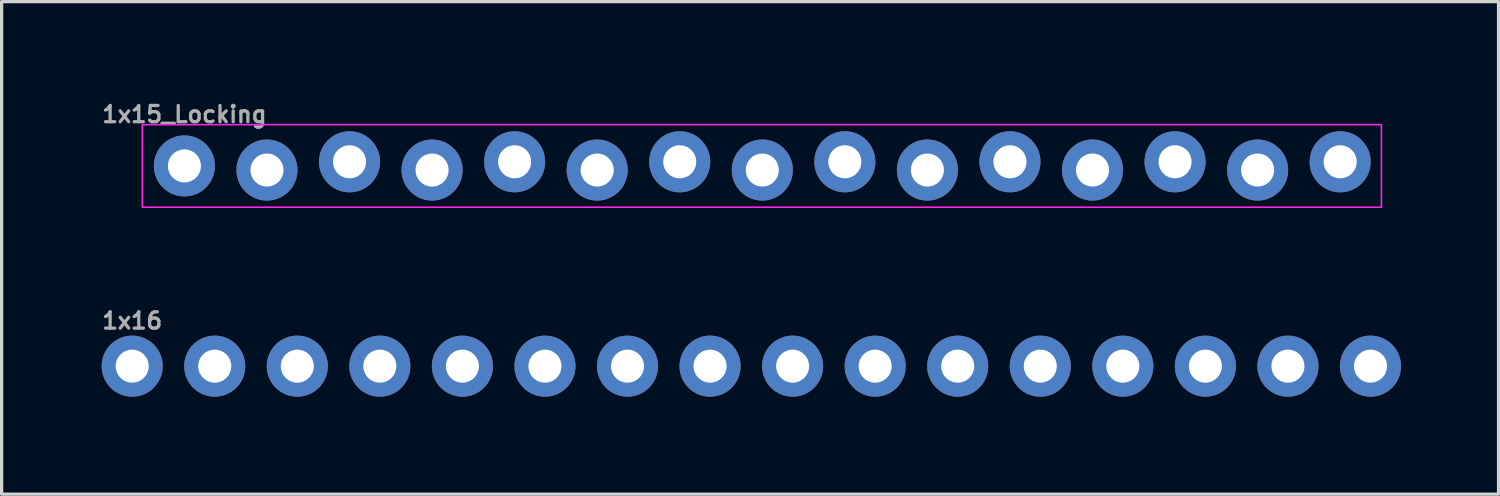
<source format=kicad_pcb>
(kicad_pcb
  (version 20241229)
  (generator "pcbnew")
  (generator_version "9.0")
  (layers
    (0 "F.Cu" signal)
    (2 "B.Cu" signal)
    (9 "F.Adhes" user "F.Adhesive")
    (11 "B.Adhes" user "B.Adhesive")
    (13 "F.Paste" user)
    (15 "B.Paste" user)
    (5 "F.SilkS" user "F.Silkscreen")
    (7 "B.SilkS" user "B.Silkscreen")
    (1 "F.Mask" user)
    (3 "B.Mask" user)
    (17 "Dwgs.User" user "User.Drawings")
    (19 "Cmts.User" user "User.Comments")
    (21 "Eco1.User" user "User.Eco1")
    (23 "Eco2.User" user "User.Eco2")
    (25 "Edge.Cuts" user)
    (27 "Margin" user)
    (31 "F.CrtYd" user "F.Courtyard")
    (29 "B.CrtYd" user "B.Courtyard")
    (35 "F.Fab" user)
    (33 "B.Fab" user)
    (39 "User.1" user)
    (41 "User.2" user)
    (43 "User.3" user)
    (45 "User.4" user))
  (footprint "1x15_Locking"
    (layer "F.Cu")
    (at 2.624 2.055)
    (property "Reference" "1x15_Locking" (at 0 -1.587 0) (layer "F.Fab") (effects (font (size 0.5 0.5) (thickness 0.1))))
    (fp_rect (start -1.295 -1.27) (end 36.83 1.27) (stroke (width 0.05) (type default)) (fill no) (layer "F.CrtYd"))
    (fp_poly (pts (xy -0.254 0.254) (xy 0.254 0.254) (xy 0.254 -0.254) (xy -0.254 -0.254)) (stroke (width 0.1) (type default)) (fill no) (layer "F.Fab"))
    (fp_poly (pts (xy 2.286 0.254) (xy 2.794 0.254) (xy 2.794 -0.254) (xy 2.286 -0.254)) (stroke (width 0.1) (type default)) (fill no) (layer "F.Fab"))
    (fp_poly (pts (xy 4.826 0.254) (xy 5.334 0.254) (xy 5.334 -0.254) (xy 4.826 -0.254)) (stroke (width 0.1) (type default)) (fill no) (layer "F.Fab"))
    (fp_poly (pts (xy 7.366 0.254) (xy 7.874 0.254) (xy 7.874 -0.254) (xy 7.366 -0.254)) (stroke (width 0.1) (type default)) (fill no) (layer "F.Fab"))
    (fp_poly (pts (xy 9.906 0.254) (xy 10.414 0.254) (xy 10.414 -0.254) (xy 9.906 -0.254)) (stroke (width 0.1) (type default)) (fill no) (layer "F.Fab"))
    (fp_poly (pts (xy 12.446 0.254) (xy 12.954 0.254) (xy 12.954 -0.254) (xy 12.446 -0.254)) (stroke (width 0.1) (type default)) (fill no) (layer "F.Fab"))
    (fp_poly (pts (xy 14.986 0.254) (xy 15.494 0.254) (xy 15.494 -0.254) (xy 14.986 -0.254)) (stroke (width 0.1) (type default)) (fill no) (layer "F.Fab"))
    (fp_poly (pts (xy 17.526 0.254) (xy 18.034 0.254) (xy 18.034 -0.254) (xy 17.526 -0.254)) (stroke (width 0.1) (type default)) (fill no) (layer "F.Fab"))
    (fp_poly (pts (xy 20.066 0.254) (xy 20.574 0.254) (xy 20.574 -0.254) (xy 20.066 -0.254)) (stroke (width 0.1) (type default)) (fill no) (layer "F.Fab"))
    (fp_poly (pts (xy 22.606 0.254) (xy 23.114 0.254) (xy 23.114 -0.254) (xy 22.606 -0.254)) (stroke (width 0.1) (type default)) (fill no) (layer "F.Fab"))
    (fp_poly (pts (xy 25.146 0.254) (xy 25.654 0.254) (xy 25.654 -0.254) (xy 25.146 -0.254)) (stroke (width 0.1) (type default)) (fill no) (layer "F.Fab"))
    (fp_poly (pts (xy 27.686 0.254) (xy 28.194 0.254) (xy 28.194 -0.254) (xy 27.686 -0.254)) (stroke (width 0.1) (type default)) (fill no) (layer "F.Fab"))
    (fp_poly (pts (xy 30.226 0.254) (xy 30.734 0.254) (xy 30.734 -0.254) (xy 30.226 -0.254)) (stroke (width 0.1) (type default)) (fill no) (layer "F.Fab"))
    (fp_poly (pts (xy 32.766 0.254) (xy 33.274 0.254) (xy 33.274 -0.254) (xy 32.766 -0.254)) (stroke (width 0.1) (type default)) (fill no) (layer "F.Fab"))
    (fp_poly (pts (xy 35.306 0.254) (xy 35.814 0.254) (xy 35.814 -0.254) (xy 35.306 -0.254)) (stroke (width 0.1) (type default)) (fill no) (layer "F.Fab"))
    (pad "1" thru_hole circle (at 0 0 90) (size 1.88 1.88) (drill 1.016) (layers "*.Cu" "*.Mask"))
    (pad "2" thru_hole circle (at 2.54 0.127 90) (size 1.88 1.88) (drill 1.016) (layers "*.Cu" "*.Mask"))
    (pad "3" thru_hole circle (at 5.08 -0.127 90) (size 1.88 1.88) (drill 1.016) (layers "*.Cu" "*.Mask"))
    (pad "4" thru_hole circle (at 7.62 0.127 90) (size 1.88 1.88) (drill 1.016) (layers "*.Cu" "*.Mask"))
    (pad "5" thru_hole circle (at 10.16 -0.127 90) (size 1.88 1.88) (drill 1.016) (layers "*.Cu" "*.Mask"))
    (pad "6" thru_hole circle (at 12.7 0.127 90) (size 1.88 1.88) (drill 1.016) (layers "*.Cu" "*.Mask"))
    (pad "7" thru_hole circle (at 15.24 -0.127 90) (size 1.88 1.88) (drill 1.016) (layers "*.Cu" "*.Mask"))
    (pad "8" thru_hole circle (at 17.78 0.127 90) (size 1.88 1.88) (drill 1.016) (layers "*.Cu" "*.Mask"))
    (pad "9" thru_hole circle (at 20.32 -0.127 90) (size 1.88 1.88) (drill 1.016) (layers "*.Cu" "*.Mask"))
    (pad "10" thru_hole circle (at 22.86 0.127 90) (size 1.88 1.88) (drill 1.016) (layers "*.Cu" "*.Mask"))
    (pad "11" thru_hole circle (at 25.4 -0.127 90) (size 1.88 1.88) (drill 1.016) (layers "*.Cu" "*.Mask"))
    (pad "12" thru_hole circle (at 27.94 0.127 90) (size 1.88 1.88) (drill 1.016) (layers "*.Cu" "*.Mask"))
    (pad "13" thru_hole circle (at 30.48 -0.127 90) (size 1.88 1.88) (drill 1.016) (layers "*.Cu" "*.Mask"))
    (pad "14" thru_hole circle (at 33.02 0.127 90) (size 1.88 1.88) (drill 1.016) (layers "*.Cu" "*.Mask"))
    (pad "15" thru_hole circle (at 35.56 -0.127 90) (size 1.88 1.88) (drill 1.016) (layers "*.Cu" "*.Mask")))
  (footprint "1x16"
    (layer "F.Cu")
    (at 1.017 8.216)
    (property "Reference" "1x16" (at 0 -1.397 0) (layer "F.Fab") (effects (font (size 0.5 0.5) (thickness 0.1))))
    (fp_poly (pts (xy -0.254 0.254) (xy 0.254 0.254) (xy 0.254 -0.254) (xy -0.254 -0.254)) (stroke (width 0.1) (type default)) (fill no) (layer "F.Fab"))
    (fp_poly (pts (xy 2.286 0.254) (xy 2.794 0.254) (xy 2.794 -0.254) (xy 2.286 -0.254)) (stroke (width 0.1) (type default)) (fill no) (layer "F.Fab"))
    (fp_poly (pts (xy 4.826 0.254) (xy 5.334 0.254) (xy 5.334 -0.254) (xy 4.826 -0.254)) (stroke (width 0.1) (type default)) (fill no) (layer "F.Fab"))
    (fp_poly (pts (xy 7.366 0.254) (xy 7.874 0.254) (xy 7.874 -0.254) (xy 7.366 -0.254)) (stroke (width 0.1) (type default)) (fill no) (layer "F.Fab"))
    (fp_poly (pts (xy 9.906 0.254) (xy 10.414 0.254) (xy 10.414 -0.254) (xy 9.906 -0.254)) (stroke (width 0.1) (type default)) (fill no) (layer "F.Fab"))
    (fp_poly (pts (xy 12.446 0.254) (xy 12.954 0.254) (xy 12.954 -0.254) (xy 12.446 -0.254)) (stroke (width 0.1) (type default)) (fill no) (layer "F.Fab"))
    (fp_poly (pts (xy 14.986 0.254) (xy 15.494 0.254) (xy 15.494 -0.254) (xy 14.986 -0.254)) (stroke (width 0.1) (type default)) (fill no) (layer "F.Fab"))
    (fp_poly (pts (xy 17.526 0.254) (xy 18.034 0.254) (xy 18.034 -0.254) (xy 17.526 -0.254)) (stroke (width 0.1) (type default)) (fill no) (layer "F.Fab"))
    (fp_poly (pts (xy 20.066 0.254) (xy 20.574 0.254) (xy 20.574 -0.254) (xy 20.066 -0.254)) (stroke (width 0.1) (type default)) (fill no) (layer "F.Fab"))
    (fp_poly (pts (xy 22.606 0.254) (xy 23.114 0.254) (xy 23.114 -0.254) (xy 22.606 -0.254)) (stroke (width 0.1) (type default)) (fill no) (layer "F.Fab"))
    (fp_poly (pts (xy 25.146 0.254) (xy 25.654 0.254) (xy 25.654 -0.254) (xy 25.146 -0.254)) (stroke (width 0.1) (type default)) (fill no) (layer "F.Fab"))
    (fp_poly (pts (xy 27.686 0.254) (xy 28.194 0.254) (xy 28.194 -0.254) (xy 27.686 -0.254)) (stroke (width 0.1) (type default)) (fill no) (layer "F.Fab"))
    (fp_poly (pts (xy 30.226 0.254) (xy 30.734 0.254) (xy 30.734 -0.254) (xy 30.226 -0.254)) (stroke (width 0.1) (type default)) (fill no) (layer "F.Fab"))
    (fp_poly (pts (xy 32.766 0.254) (xy 33.274 0.254) (xy 33.274 -0.254) (xy 32.766 -0.254)) (stroke (width 0.1) (type default)) (fill no) (layer "F.Fab"))
    (fp_poly (pts (xy 35.306 0.254) (xy 35.814 0.254) (xy 35.814 -0.254) (xy 35.306 -0.254)) (stroke (width 0.1) (type default)) (fill no) (layer "F.Fab"))
    (fp_poly (pts (xy 37.846 0.254) (xy 38.354 0.254) (xy 38.354 -0.254) (xy 37.846 -0.254)) (stroke (width 0.1) (type default)) (fill no) (layer "F.Fab"))
    (pad "1" thru_hole circle (at 0 0 90) (size 1.88 1.88) (drill 1.016) (layers "*.Cu" "*.Mask"))
    (pad "2" thru_hole circle (at 2.54 0 90) (size 1.88 1.88) (drill 1.016) (layers "*.Cu" "*.Mask"))
    (pad "3" thru_hole circle (at 5.08 0 90) (size 1.88 1.88) (drill 1.016) (layers "*.Cu" "*.Mask"))
    (pad "4" thru_hole circle (at 7.62 0 90) (size 1.88 1.88) (drill 1.016) (layers "*.Cu" "*.Mask"))
    (pad "5" thru_hole circle (at 10.16 0 90) (size 1.88 1.88) (drill 1.016) (layers "*.Cu" "*.Mask"))
    (pad "6" thru_hole circle (at 12.7 0 90) (size 1.88 1.88) (drill 1.016) (layers "*.Cu" "*.Mask"))
    (pad "7" thru_hole circle (at 15.24 0 90) (size 1.88 1.88) (drill 1.016) (layers "*.Cu" "*.Mask"))
    (pad "8" thru_hole circle (at 17.78 0 90) (size 1.88 1.88) (drill 1.016) (layers "*.Cu" "*.Mask"))
    (pad "9" thru_hole circle (at 20.32 0 90) (size 1.88 1.88) (drill 1.016) (layers "*.Cu" "*.Mask"))
    (pad "10" thru_hole circle (at 22.86 0 90) (size 1.88 1.88) (drill 1.016) (layers "*.Cu" "*.Mask"))
    (pad "11" thru_hole circle (at 25.4 0 90) (size 1.88 1.88) (drill 1.016) (layers "*.Cu" "*.Mask"))
    (pad "12" thru_hole circle (at 27.94 0 90) (size 1.88 1.88) (drill 1.016) (layers "*.Cu" "*.Mask"))
    (pad "13" thru_hole circle (at 30.48 0 90) (size 1.88 1.88) (drill 1.016) (layers "*.Cu" "*.Mask"))
    (pad "14" thru_hole circle (at 33.02 0 90) (size 1.88 1.88) (drill 1.016) (layers "*.Cu" "*.Mask"))
    (pad "15" thru_hole circle (at 35.56 0 90) (size 1.88 1.88) (drill 1.016) (layers "*.Cu" "*.Mask"))
    (pad "16" thru_hole circle (at 38.1 0 90) (size 1.88 1.88) (drill 1.016) (layers "*.Cu" "*.Mask")))
  (gr_rect
    (start -3 -3)
    (end 43.056 12.155)
    (stroke (width 0.1) (type default))
    (fill no)
    (layer "Edge.Cuts")))
</source>
